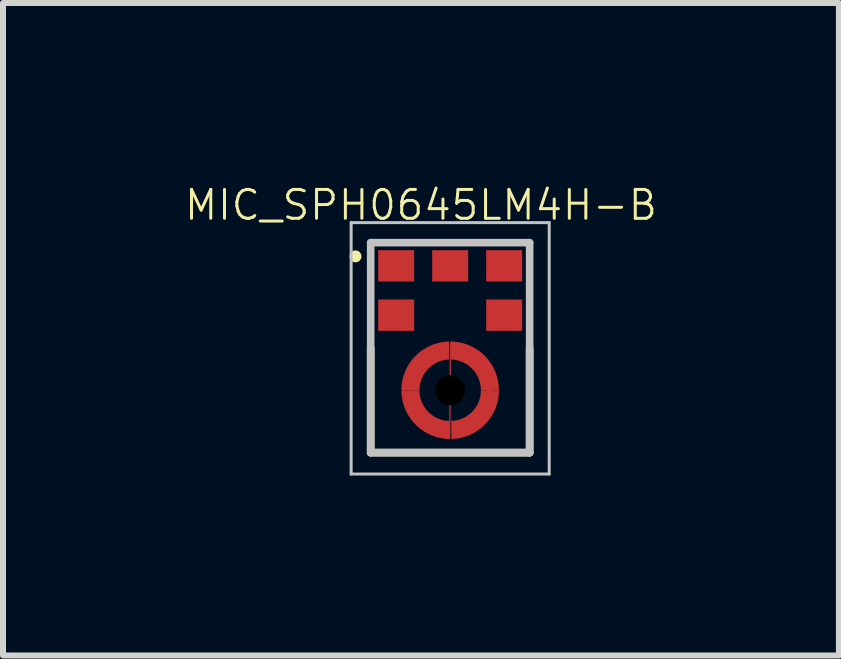
<source format=kicad_pcb>
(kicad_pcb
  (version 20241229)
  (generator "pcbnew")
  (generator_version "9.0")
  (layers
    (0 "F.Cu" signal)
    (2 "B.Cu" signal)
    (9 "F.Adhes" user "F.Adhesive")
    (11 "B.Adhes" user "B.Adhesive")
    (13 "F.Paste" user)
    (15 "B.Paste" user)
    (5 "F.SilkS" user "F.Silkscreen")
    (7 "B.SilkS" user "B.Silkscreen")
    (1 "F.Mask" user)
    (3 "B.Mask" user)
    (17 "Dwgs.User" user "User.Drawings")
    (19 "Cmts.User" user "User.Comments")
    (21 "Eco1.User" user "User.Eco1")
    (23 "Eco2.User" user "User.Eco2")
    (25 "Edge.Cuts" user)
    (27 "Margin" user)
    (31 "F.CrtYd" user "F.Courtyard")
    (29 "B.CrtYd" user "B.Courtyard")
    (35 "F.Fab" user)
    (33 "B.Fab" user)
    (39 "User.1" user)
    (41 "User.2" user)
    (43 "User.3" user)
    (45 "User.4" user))
  (footprint "MIC_SPH0645LM4H-B"
    (layer "F.Cu")
    (at 4.455 3.456)
    (property "Reference" "MIC_SPH0645LM4H-B" (at -0.487 -3.087 0) (layer "F.SilkS") (effects (font (size 0.481 0.481) (thickness 0.05))))
    (attr smd)
    (fp_poly (pts (xy -0.512 0) (xy -0.812 0) (xy -0.812 0.021) (xy -0.81 0.064) (xy -0.806 0.106) (xy -0.799 0.148) (xy -0.79 0.19) (xy -0.779 0.231) (xy -0.766 0.271) (xy -0.751 0.311) (xy -0.734 0.35) (xy -0.714 0.388) (xy -0.693 0.425) (xy -0.67 0.46) (xy -0.645 0.495) (xy -0.618 0.528) (xy -0.59 0.559) (xy -0.559 0.59) (xy -0.528 0.618) (xy -0.495 0.645) (xy -0.46 0.67) (xy -0.425 0.693) (xy -0.388 0.714) (xy -0.35 0.734) (xy -0.311 0.751) (xy -0.271 0.766) (xy -0.231 0.779) (xy -0.19 0.79) (xy -0.148 0.799) (xy -0.106 0.806) (xy -0.064 0.81) (xy -0.021 0.812) (xy 0 0.812) (xy 0 -0.512) (xy -0.013 0.512) (xy -0.04 0.511) (xy -0.067 0.508) (xy -0.093 0.504) (xy -0.12 0.499) (xy -0.146 0.492) (xy -0.171 0.483) (xy -0.196 0.474) (xy -0.221 0.463) (xy -0.245 0.451) (xy -0.268 0.437) (xy -0.29 0.423) (xy -0.312 0.407) (xy -0.333 0.39) (xy -0.353 0.372) (xy -0.372 0.353) (xy -0.39 0.333) (xy -0.407 0.312) (xy -0.423 0.29) (xy -0.437 0.268) (xy -0.451 0.245) (xy -0.463 0.221) (xy -0.474 0.196) (xy -0.483 0.171) (xy -0.492 0.146) (xy -0.499 0.12) (xy -0.504 0.093) (xy -0.508 0.067) (xy -0.511 0.04) (xy -0.512 0.013)) (stroke (width 0.001) (type solid)) (fill yes) (layer "F.Cu"))
    (fp_poly (pts (xy 0 -0.512) (xy 0 -0.812) (xy 0.021 0.812) (xy 0.064 0.81) (xy 0.106 0.806) (xy 0.148 0.799) (xy 0.19 0.79) (xy 0.231 0.779) (xy 0.271 0.766) (xy 0.311 0.751) (xy 0.35 0.734) (xy 0.388 0.714) (xy 0.425 0.693) (xy 0.46 0.67) (xy 0.495 0.645) (xy 0.528 0.618) (xy 0.559 0.59) (xy 0.59 0.559) (xy 0.618 0.528) (xy 0.645 0.495) (xy 0.67 0.46) (xy 0.693 0.425) (xy 0.714 0.388) (xy 0.734 0.35) (xy 0.751 0.311) (xy 0.766 0.271) (xy 0.779 0.231) (xy 0.79 0.19) (xy 0.799 0.148) (xy 0.806 0.106) (xy 0.81 0.064) (xy 0.812 0.021) (xy 0.812 0) (xy 0.512 0) (xy 0.512 0.013) (xy 0.511 0.04) (xy 0.508 0.067) (xy 0.504 0.093) (xy 0.499 0.12) (xy 0.492 0.146) (xy 0.483 0.171) (xy 0.474 0.196) (xy 0.463 0.221) (xy 0.451 0.245) (xy 0.437 0.268) (xy 0.423 0.29) (xy 0.407 0.312) (xy 0.39 0.333) (xy 0.372 0.353) (xy 0.353 0.372) (xy 0.333 0.39) (xy 0.312 0.407) (xy 0.29 0.423) (xy 0.268 0.437) (xy 0.245 0.451) (xy 0.221 0.463) (xy 0.196 0.474) (xy 0.171 0.483) (xy 0.146 0.492) (xy 0.12 0.499) (xy 0.093 0.504) (xy 0.067 0.508) (xy 0.04 0.511) (xy 0.013 0.512)) (stroke (width 0.001) (type solid)) (fill yes) (layer "F.Cu"))
    (fp_poly (pts (xy 0 0.512) (xy 0 0.812) (xy -0.021 -0.812) (xy -0.064 -0.81) (xy -0.106 -0.806) (xy -0.148 -0.799) (xy -0.19 -0.79) (xy -0.231 -0.779) (xy -0.271 -0.766) (xy -0.311 -0.751) (xy -0.35 -0.734) (xy -0.388 -0.714) (xy -0.425 -0.693) (xy -0.46 -0.67) (xy -0.495 -0.645) (xy -0.528 -0.618) (xy -0.559 -0.59) (xy -0.59 -0.559) (xy -0.618 -0.528) (xy -0.645 -0.495) (xy -0.67 -0.46) (xy -0.693 -0.425) (xy -0.714 -0.388) (xy -0.734 -0.35) (xy -0.751 -0.311) (xy -0.766 -0.271) (xy -0.779 -0.231) (xy -0.79 -0.19) (xy -0.799 -0.148) (xy -0.806 -0.106) (xy -0.81 -0.064) (xy -0.812 -0.021) (xy -0.812 0) (xy -0.512 0) (xy -0.512 -0.013) (xy -0.511 -0.04) (xy -0.508 -0.067) (xy -0.504 -0.093) (xy -0.499 -0.12) (xy -0.492 -0.146) (xy -0.483 -0.171) (xy -0.474 -0.196) (xy -0.463 -0.221) (xy -0.451 -0.245) (xy -0.437 -0.268) (xy -0.423 -0.29) (xy -0.407 -0.312) (xy -0.39 -0.333) (xy -0.372 -0.353) (xy -0.353 -0.372) (xy -0.333 -0.39) (xy -0.312 -0.407) (xy -0.29 -0.423) (xy -0.268 -0.437) (xy -0.245 -0.451) (xy -0.221 -0.463) (xy -0.196 -0.474) (xy -0.171 -0.483) (xy -0.146 -0.492) (xy -0.12 -0.499) (xy -0.093 -0.504) (xy -0.067 -0.508) (xy -0.04 -0.511) (xy -0.013 -0.512)) (stroke (width 0.001) (type solid)) (fill yes) (layer "F.Cu"))
    (fp_poly (pts (xy 0.512 0) (xy 0.812 0) (xy 0.812 -0.021) (xy 0.81 -0.064) (xy 0.806 -0.106) (xy 0.799 -0.148) (xy 0.79 -0.19) (xy 0.779 -0.231) (xy 0.766 -0.271) (xy 0.751 -0.311) (xy 0.734 -0.35) (xy 0.714 -0.388) (xy 0.693 -0.425) (xy 0.67 -0.46) (xy 0.645 -0.495) (xy 0.618 -0.528) (xy 0.59 -0.559) (xy 0.559 -0.59) (xy 0.528 -0.618) (xy 0.495 -0.645) (xy 0.46 -0.67) (xy 0.425 -0.693) (xy 0.388 -0.714) (xy 0.35 -0.734) (xy 0.311 -0.751) (xy 0.271 -0.766) (xy 0.231 -0.779) (xy 0.19 -0.79) (xy 0.148 -0.799) (xy 0.106 -0.806) (xy 0.064 -0.81) (xy 0.021 -0.812) (xy 0 -0.812) (xy 0 0.512) (xy 0.013 -0.512) (xy 0.04 -0.511) (xy 0.067 -0.508) (xy 0.093 -0.504) (xy 0.12 -0.499) (xy 0.146 -0.492) (xy 0.171 -0.483) (xy 0.196 -0.474) (xy 0.221 -0.463) (xy 0.245 -0.451) (xy 0.268 -0.437) (xy 0.29 -0.423) (xy 0.312 -0.407) (xy 0.333 -0.39) (xy 0.353 -0.372) (xy 0.372 -0.353) (xy 0.39 -0.333) (xy 0.407 -0.312) (xy 0.423 -0.29) (xy 0.437 -0.268) (xy 0.451 -0.245) (xy 0.463 -0.221) (xy 0.474 -0.196) (xy 0.483 -0.171) (xy 0.492 -0.146) (xy 0.499 -0.12) (xy 0.504 -0.093) (xy 0.508 -0.067) (xy 0.511 -0.04) (xy 0.512 -0.013)) (stroke (width 0.001) (type solid)) (fill yes) (layer "F.Cu"))
    (fp_circle (center 0 0) (end 0.9 0) (stroke (width 0) (type solid)) (fill yes) (layer "F.Mask"))
    (fp_line (start -1.325 1.04) (end -1.325 -0.7) (stroke (width 0.127) (type solid)) (layer "F.SilkS"))
    (fp_line (start 1.325 -0.7) (end 1.325 1.04) (stroke (width 0.127) (type solid)) (layer "F.SilkS"))
    (fp_line (start 1.325 1.04) (end -1.325 1.04) (stroke (width 0.127) (type solid)) (layer "F.SilkS"))
    (fp_circle (center -1.578 -2.232) (end -1.528 -2.232) (stroke (width 0.1) (type solid)) (fill no) (layer "F.SilkS"))
    (fp_poly (pts (xy -0.53 0.38) (xy -0.425 0.28) (xy -0.46 0.23) (xy -0.5 0.12) (xy -0.514 0) (xy -0.5 -0.12) (xy -0.462 -0.225) (xy -0.426 -0.288) (xy -0.525 -0.385) (xy -0.64 -0.5) (xy -0.705 -0.405) (xy -0.75 -0.31) (xy -0.78 -0.22) (xy -0.8 -0.14) (xy -0.81 0) (xy -0.796 0.16) (xy -0.75 0.31) (xy -0.69 0.425) (xy -0.645 0.495)) (stroke (width 0.001) (type solid)) (fill yes) (layer "F.Paste"))
    (fp_poly (pts (xy 0.385 0.53) (xy 0.28 0.425) (xy 0.23 0.46) (xy 0.12 0.5) (xy 0 0.514) (xy -0.12 0.5) (xy -0.225 0.462) (xy -0.283 0.421) (xy -0.38 0.52) (xy -0.5 0.64) (xy -0.405 0.705) (xy -0.31 0.75) (xy -0.23 0.78) (xy -0.14 0.8) (xy -0.06 0.81) (xy 0.065 0.81) (xy 0.16 0.796) (xy 0.235 0.78) (xy 0.31 0.75) (xy 0.405 0.705) (xy 0.5 0.64)) (stroke (width 0.001) (type solid)) (fill yes) (layer "F.Paste"))
    (fp_poly (pts (xy 0.53 -0.375) (xy 0.435 -0.28) (xy 0.46 -0.23) (xy 0.485 -0.175) (xy 0.5 -0.12) (xy 0.51 -0.06) (xy 0.514 0) (xy 0.5 0.12) (xy 0.462 0.225) (xy 0.426 0.283) (xy 0.525 0.385) (xy 0.64 0.5) (xy 0.7 0.41) (xy 0.75 0.31) (xy 0.78 0.23) (xy 0.8 0.14) (xy 0.81 0) (xy 0.796 -0.16) (xy 0.75 -0.31) (xy 0.7 -0.415) (xy 0.645 -0.49)) (stroke (width 0.001) (type solid)) (fill yes) (layer "F.Paste"))
    (fp_poly (pts (xy -0.385 -0.53) (xy -0.285 -0.43) (xy -0.23 -0.465) (xy -0.12 -0.505) (xy -0.12 -0.51) (xy -0.11 -0.505) (xy -0.005 -0.52) (xy 0.005 -0.524) (xy 0.005 -0.52) (xy 0.125 -0.505) (xy 0.225 -0.462) (xy 0.293 -0.426) (xy 0.39 -0.525) (xy 0.505 -0.635) (xy 0.41 -0.7) (xy 0.31 -0.75) (xy 0.22 -0.78) (xy 0.14 -0.8) (xy 0 -0.81) (xy -0.16 -0.796) (xy -0.31 -0.75) (xy -0.4 -0.705) (xy -0.5 -0.64)) (stroke (width 0.001) (type solid)) (fill yes) (layer "F.Paste"))
    (fp_line (start -1.651 -2.794) (end 1.651 -2.794) (stroke (width 0.05) (type solid)) (layer "Dwgs.User"))
    (fp_line (start -1.651 1.397) (end -1.651 -2.794) (stroke (width 0.05) (type solid)) (layer "Dwgs.User"))
    (fp_line (start -1.325 -2.46) (end 1.325 -2.46) (stroke (width 0.127) (type solid)) (layer "Dwgs.User"))
    (fp_line (start -1.325 1.04) (end -1.325 -2.46) (stroke (width 0.127) (type solid)) (layer "Dwgs.User"))
    (fp_line (start 1.325 -2.46) (end 1.325 1.04) (stroke (width 0.127) (type solid)) (layer "Dwgs.User"))
    (fp_line (start 1.325 1.04) (end -1.325 1.04) (stroke (width 0.127) (type solid)) (layer "Dwgs.User"))
    (fp_line (start 1.651 -2.794) (end 1.651 1.397) (stroke (width 0.05) (type solid)) (layer "Dwgs.User"))
    (fp_line (start 1.651 1.397) (end -1.651 1.397) (stroke (width 0.05) (type solid)) (layer "Dwgs.User"))
    (pad "" np_thru_hole circle (at 0 0) (size 0.5 0.5) (drill 0.5) (layers))
    (pad "1" smd rect (at -0.9 -2.074) (size 0.6 0.522) (layers "F.Cu" "F.Mask" "F.Paste"))
    (pad "2" smd rect (at -0.9 -1.252) (size 0.6 0.522) (layers "F.Cu" "F.Mask" "F.Paste"))
    (pad "3" smd rect (at 0.65 -0.02) (size 0.1 0.1) (layers "F.Cu" "F.Mask" "F.Paste"))
    (pad "4" smd rect (at 0.9 -1.252) (size 0.6 0.522) (layers "F.Cu" "F.Mask" "F.Paste"))
    (pad "5" smd rect (at 0.9 -2.074) (size 0.6 0.522) (layers "F.Cu" "F.Mask" "F.Paste"))
    (pad "6" smd rect (at 0 -2.074) (size 0.6 0.522) (layers "F.Cu" "F.Mask" "F.Paste")))
  (gr_rect
    (start -3 -3)
    (end 10.936 7.878)
    (stroke (width 0.1) (type default))
    (fill no)
    (layer "Edge.Cuts")))
</source>
